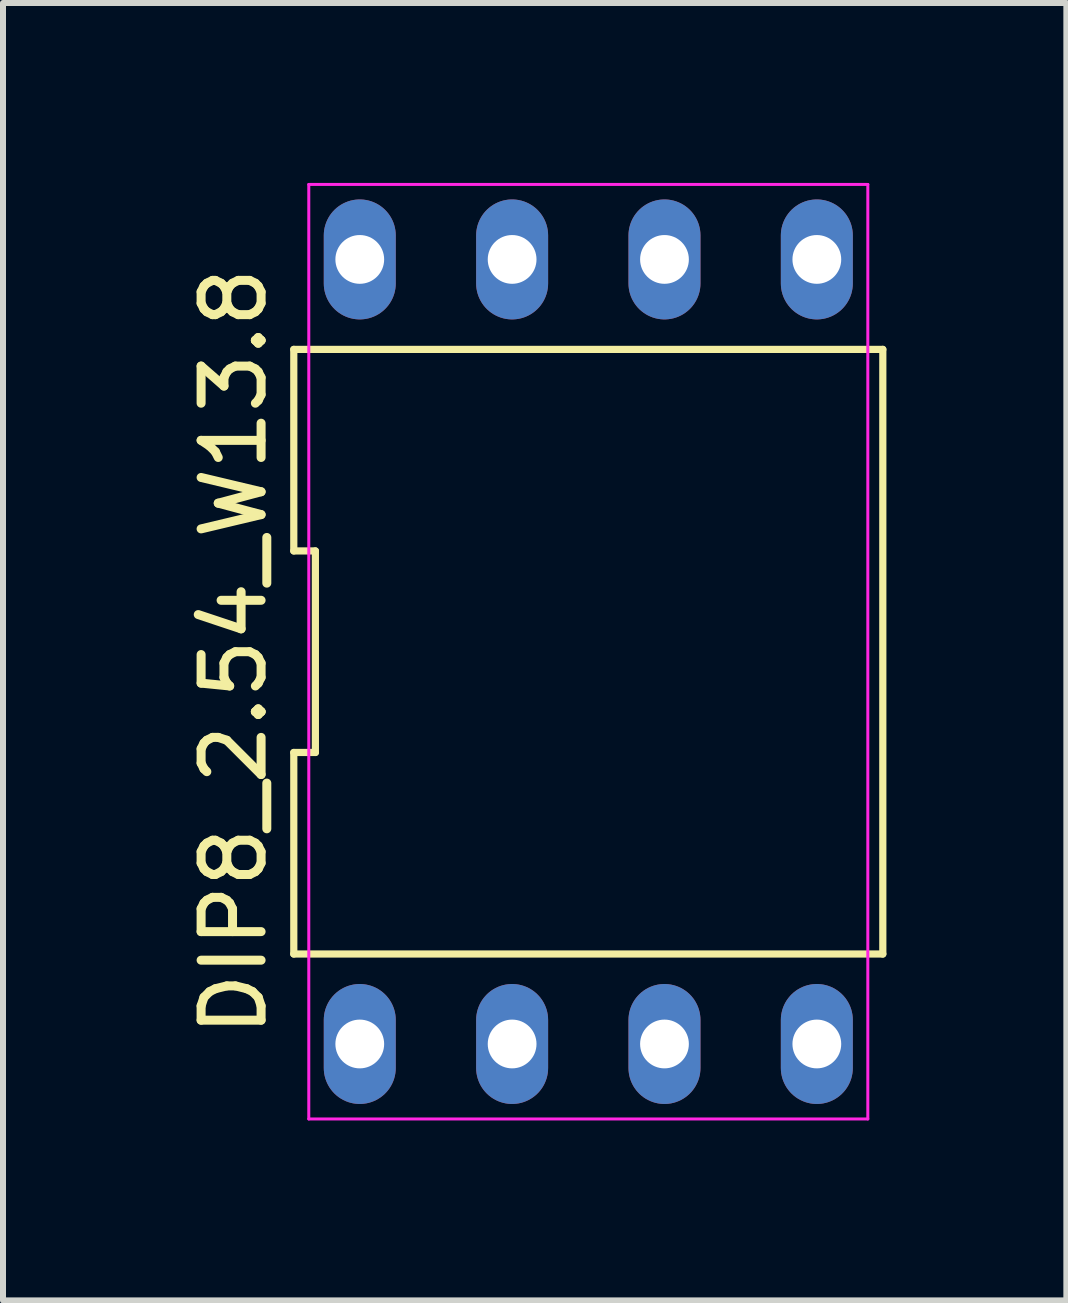
<source format=kicad_pcb>
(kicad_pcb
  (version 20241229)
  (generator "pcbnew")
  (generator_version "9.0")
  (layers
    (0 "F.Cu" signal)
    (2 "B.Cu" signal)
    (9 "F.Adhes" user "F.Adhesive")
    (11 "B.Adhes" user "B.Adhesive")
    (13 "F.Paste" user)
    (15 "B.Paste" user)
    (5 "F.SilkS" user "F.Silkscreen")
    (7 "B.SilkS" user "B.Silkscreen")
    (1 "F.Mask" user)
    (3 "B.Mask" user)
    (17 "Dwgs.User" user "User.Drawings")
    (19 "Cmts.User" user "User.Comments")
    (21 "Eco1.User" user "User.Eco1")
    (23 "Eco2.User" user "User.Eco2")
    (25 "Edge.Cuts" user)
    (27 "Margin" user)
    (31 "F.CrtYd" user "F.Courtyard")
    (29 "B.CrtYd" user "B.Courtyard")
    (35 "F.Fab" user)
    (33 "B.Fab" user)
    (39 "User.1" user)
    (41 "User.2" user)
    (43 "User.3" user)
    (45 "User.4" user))
  (footprint "DIP8_2.54_W13.8"
    (layer "F.Cu")
    (at 6.758 7.815)
    (property "Reference" "DIP8_2.54_W13.8" (at -5.91 0 90) (layer "F.SilkS") (effects (font (size 1 1) (thickness 0.15))))
    (attr through_hole)
    (fp_line (start -4.91 -5.04) (end -4.91 -1.68) (stroke (width 0.12) (type solid)) (layer "F.SilkS"))
    (fp_line (start -4.91 -1.68) (end -4.55 -1.68) (stroke (width 0.12) (type solid)) (layer "F.SilkS"))
    (fp_line (start -4.91 1.68) (end -4.91 5.04) (stroke (width 0.12) (type solid)) (layer "F.SilkS"))
    (fp_line (start -4.91 5.04) (end 4.91 5.04) (stroke (width 0.12) (type solid)) (layer "F.SilkS"))
    (fp_line (start -4.55 -1.68) (end -4.55 1.68) (stroke (width 0.12) (type solid)) (layer "F.SilkS"))
    (fp_line (start -4.55 1.68) (end -4.91 1.68) (stroke (width 0.12) (type solid)) (layer "F.SilkS"))
    (fp_line (start 4.91 -5.04) (end -4.91 -5.04) (stroke (width 0.12) (type solid)) (layer "F.SilkS"))
    (fp_line (start 4.91 5.04) (end 4.91 -5.04) (stroke (width 0.12) (type solid)) (layer "F.SilkS"))
    (fp_line (start -4.66 -7.79) (end 4.66 -7.79) (stroke (width 0.05) (type solid)) (layer "F.CrtYd"))
    (fp_line (start -4.66 7.79) (end -4.66 -7.79) (stroke (width 0.05) (type solid)) (layer "F.CrtYd"))
    (fp_line (start 4.66 -7.79) (end 4.66 7.79) (stroke (width 0.05) (type solid)) (layer "F.CrtYd"))
    (fp_line (start 4.66 7.79) (end -4.66 7.79) (stroke (width 0.05) (type solid)) (layer "F.CrtYd"))
    (pad "1" thru_hole oval (at -3.81 6.54) (size 1.2 2) (drill 0.813) (layers "*.Cu" "*.Mask"))
    (pad "2" thru_hole oval (at -1.27 6.54) (size 1.2 2) (drill 0.813) (layers "*.Cu" "*.Mask"))
    (pad "3" thru_hole oval (at 1.27 6.54) (size 1.2 2) (drill 0.813) (layers "*.Cu" "*.Mask"))
    (pad "4" thru_hole oval (at 3.81 6.54) (size 1.2 2) (drill 0.813) (layers "*.Cu" "*.Mask"))
    (pad "5" thru_hole oval (at 3.81 -6.54) (size 1.2 2) (drill 0.813) (layers "*.Cu" "*.Mask"))
    (pad "6" thru_hole oval (at 1.27 -6.54) (size 1.2 2) (drill 0.813) (layers "*.Cu" "*.Mask"))
    (pad "7" thru_hole oval (at -1.27 -6.54) (size 1.2 2) (drill 0.813) (layers "*.Cu" "*.Mask"))
    (pad "8" thru_hole oval (at -3.81 -6.54) (size 1.2 2) (drill 0.813) (layers "*.Cu" "*.Mask")))
  (gr_rect
    (start -3 -3)
    (end 14.728 18.63)
    (stroke (width 0.1) (type default))
    (fill no)
    (layer "Edge.Cuts")))
</source>
